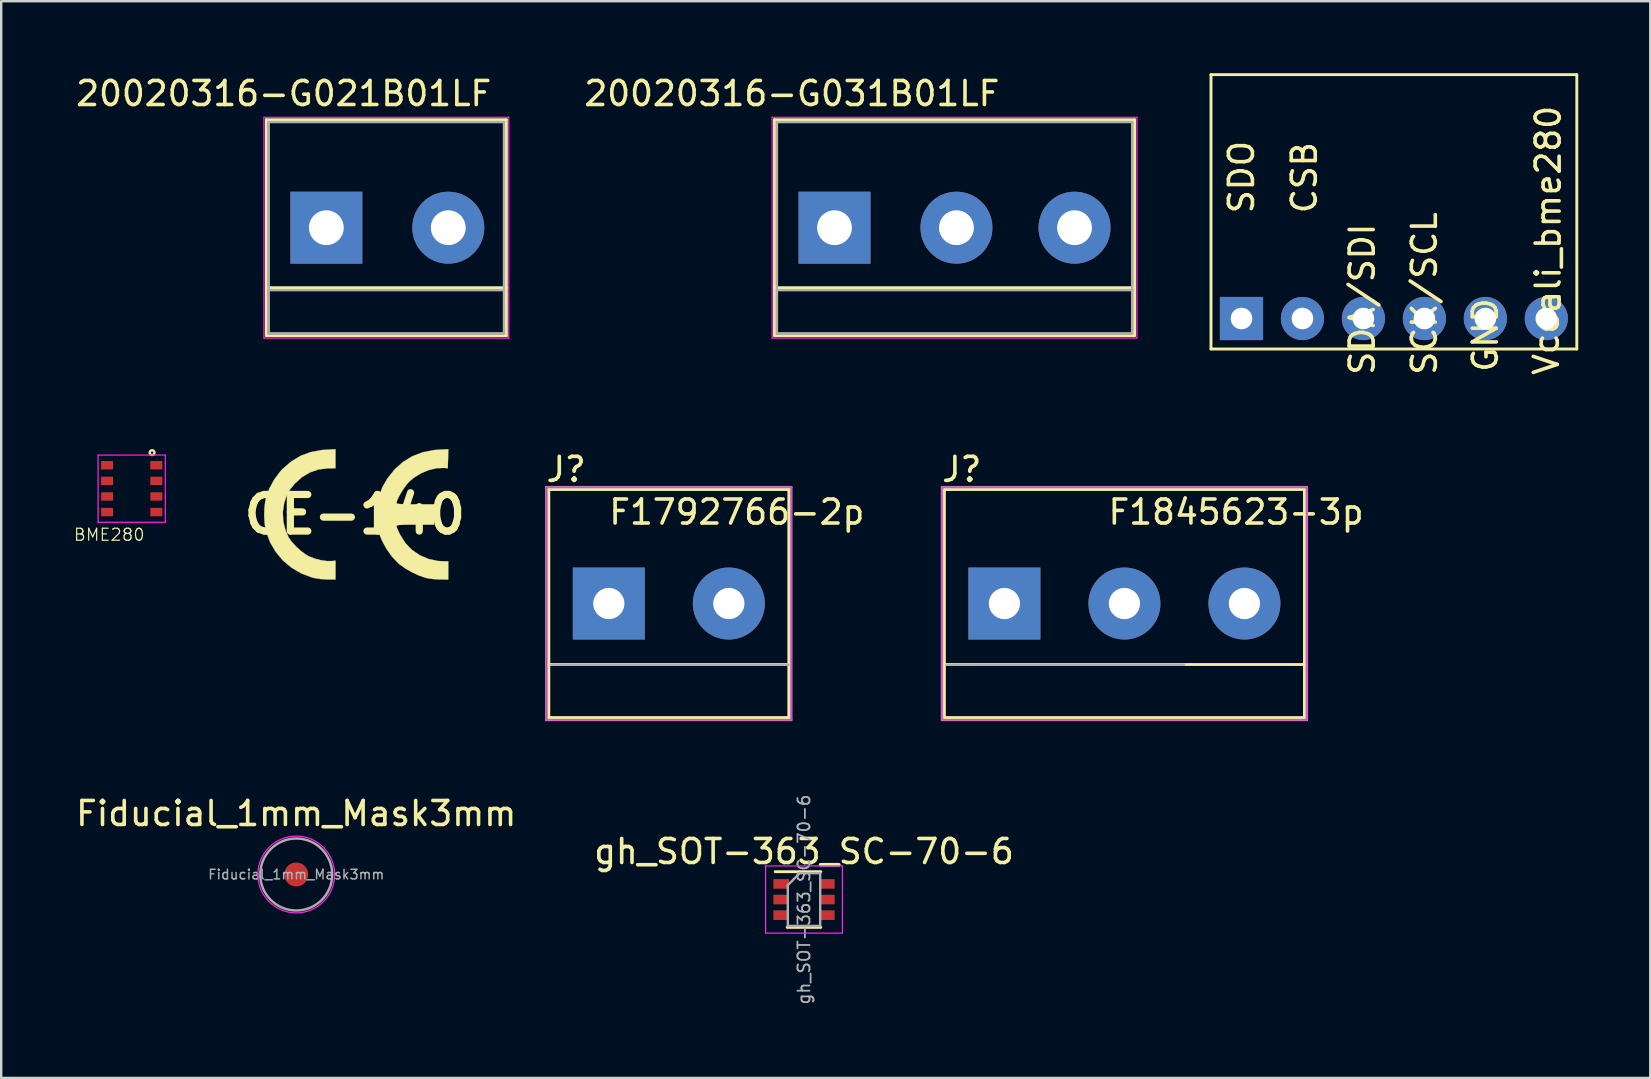
<source format=kicad_pcb>
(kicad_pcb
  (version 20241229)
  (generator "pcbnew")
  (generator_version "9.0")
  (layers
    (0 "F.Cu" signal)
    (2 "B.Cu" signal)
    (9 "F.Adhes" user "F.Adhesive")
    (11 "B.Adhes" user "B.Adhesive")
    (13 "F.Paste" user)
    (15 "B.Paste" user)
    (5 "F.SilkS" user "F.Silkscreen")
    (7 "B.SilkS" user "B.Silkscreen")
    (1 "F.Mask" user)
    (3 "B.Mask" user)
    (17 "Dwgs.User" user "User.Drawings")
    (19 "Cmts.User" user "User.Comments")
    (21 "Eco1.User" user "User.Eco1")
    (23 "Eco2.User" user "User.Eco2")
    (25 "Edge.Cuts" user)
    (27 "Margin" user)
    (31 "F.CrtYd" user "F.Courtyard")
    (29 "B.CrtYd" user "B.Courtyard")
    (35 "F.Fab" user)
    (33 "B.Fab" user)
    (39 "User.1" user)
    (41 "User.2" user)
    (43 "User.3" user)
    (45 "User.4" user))
  (footprint "Fiducial_1mm_Mask3mm"
    (layer "F.Cu")
    (at 9.292 33.383)
    (property "Reference" "Fiducial_1mm_Mask3mm" (at 0 -2.54 0) (layer "F.SilkS") (effects (font (size 1 1) (thickness 0.15))))
    (attr smd)
    (fp_circle (center 0 0) (end 1.6 0) (stroke (width 0.05) (type solid)) (fill no) (layer "F.CrtYd"))
    (fp_circle (center 0 0) (end 1.5 0) (stroke (width 0.1) (type solid)) (fill no) (layer "F.Fab"))
    (fp_text user "${REFERENCE}" (at 0 0 0) (layer "F.Fab") (effects (font (size 0.4 0.4) (thickness 0.06))))
    (pad "" smd circle (at 0 0) (size 1 1) (layers "F.Cu" "F.Mask")))
  (footprint "20020316-G021B01LF"
    (layer "F.Cu")
    (at 10.546 6.436)
    (property "Reference" "20020316-G021B01LF" (at -1.778 -5.588 0) (layer "F.SilkS") (effects (font (size 1 1) (thickness 0.15))))
    (attr through_hole)
    (fp_line (start -2.5 -4.5) (end -2.5 4.5) (stroke (width 0.12) (type solid)) (layer "F.SilkS"))
    (fp_line (start -2.5 4.5) (end 7.5 4.5) (stroke (width 0.12) (type solid)) (layer "F.SilkS"))
    (fp_line (start 7.5 -4.5) (end -2.5 -4.5) (stroke (width 0.12) (type solid)) (layer "F.SilkS"))
    (fp_line (start 7.5 2.5) (end -2.5 2.5) (stroke (width 0.12) (type solid)) (layer "F.SilkS"))
    (fp_line (start 7.5 4.5) (end 7.5 -4.5) (stroke (width 0.12) (type solid)) (layer "F.SilkS"))
    (fp_line (start -2.6 -4.6) (end -2.6 4.6) (stroke (width 0.05) (type solid)) (layer "F.CrtYd"))
    (fp_line (start -2.6 -4.6) (end 7.6 -4.6) (stroke (width 0.05) (type solid)) (layer "F.CrtYd"))
    (fp_line (start 7.6 4.6) (end -2.6 4.6) (stroke (width 0.05) (type solid)) (layer "F.CrtYd"))
    (fp_line (start 7.6 4.6) (end 7.6 -4.6) (stroke (width 0.05) (type solid)) (layer "F.CrtYd"))
    (fp_line (start -2.4 -4.4) (end -2.4 4.4) (stroke (width 0.1) (type solid)) (layer "F.Fab"))
    (fp_line (start -2.4 2.6) (end 7.4 2.6) (stroke (width 0.1) (type solid)) (layer "F.Fab"))
    (fp_line (start -2.4 4.4) (end 7.4 4.4) (stroke (width 0.1) (type solid)) (layer "F.Fab"))
    (fp_line (start 7.4 -4.4) (end -2.4 -4.4) (stroke (width 0.1) (type solid)) (layer "F.Fab"))
    (fp_line (start 7.4 4.4) (end 7.4 -4.4) (stroke (width 0.1) (type solid)) (layer "F.Fab"))
    (pad "1" thru_hole rect (at 0 0) (size 3 3) (drill 1.45) (layers "*.Cu" "*.Mask"))
    (pad "2" thru_hole circle (at 5.08 0) (size 3 3) (drill 1.45) (layers "*.Cu" "*.Mask")))
  (footprint "BME280"
    (layer "F.Cu")
    (at 2.437 17.308)
    (property "Reference" "BME280" (at -0.936 1.92 0) (layer "F.SilkS") (effects (font (size 0.5 0.5) (thickness 0.05))))
    (attr smd)
    (fp_circle (center 0.85 -1.5) (end 0.85 -1.6) (stroke (width 0.1) (type solid)) (fill no) (layer "F.SilkS"))
    (fp_line (start -1.4 -1.4) (end -1.4 1.4) (stroke (width 0.05) (type solid)) (layer "F.CrtYd"))
    (fp_line (start -1.4 1.4) (end 1.4 1.4) (stroke (width 0.05) (type solid)) (layer "F.CrtYd"))
    (fp_line (start 1.4 -1.4) (end -1.4 -1.4) (stroke (width 0.05) (type solid)) (layer "F.CrtYd"))
    (fp_line (start 1.4 1.4) (end 1.4 -1.4) (stroke (width 0.05) (type solid)) (layer "F.CrtYd"))
    (pad "1" smd rect (at 1.025 -0.975) (size 0.5 0.35) (layers "F.Cu" "F.Mask" "F.Paste"))
    (pad "2" smd rect (at 1.025 -0.325) (size 0.5 0.35) (layers "F.Cu" "F.Mask" "F.Paste"))
    (pad "3" smd rect (at 1.025 0.325) (size 0.5 0.35) (layers "F.Cu" "F.Mask" "F.Paste"))
    (pad "4" smd rect (at 1.025 0.975) (size 0.5 0.35) (layers "F.Cu" "F.Mask" "F.Paste"))
    (pad "5" smd rect (at -1.025 0.975) (size 0.5 0.35) (layers "F.Cu" "F.Mask" "F.Paste"))
    (pad "6" smd rect (at -1.025 0.325) (size 0.5 0.35) (layers "F.Cu" "F.Mask" "F.Paste"))
    (pad "7" smd rect (at -1.025 -0.325) (size 0.5 0.35) (layers "F.Cu" "F.Mask" "F.Paste"))
    (pad "8" smd rect (at -1.025 -0.975) (size 0.5 0.35) (layers "F.Cu" "F.Mask" "F.Paste")))
  (footprint "20020316-G031B01LF"
    (layer "F.Cu")
    (at 31.717 6.436)
    (property "Reference" "20020316-G031B01LF" (at -1.778 -5.588 0) (layer "F.SilkS") (effects (font (size 1 1) (thickness 0.15))))
    (attr through_hole)
    (fp_line (start -2.5 -4.5) (end -2.5 4.5) (stroke (width 0.12) (type solid)) (layer "F.SilkS"))
    (fp_line (start -2.5 4.5) (end 12.5 4.5) (stroke (width 0.12) (type solid)) (layer "F.SilkS"))
    (fp_line (start 12.5 -4.5) (end -2.5 -4.5) (stroke (width 0.12) (type solid)) (layer "F.SilkS"))
    (fp_line (start 12.5 2.5) (end -2.5 2.5) (stroke (width 0.12) (type solid)) (layer "F.SilkS"))
    (fp_line (start 12.5 4.5) (end 12.5 -4.5) (stroke (width 0.12) (type solid)) (layer "F.SilkS"))
    (fp_line (start -2.6 -4.6) (end -2.6 4.6) (stroke (width 0.05) (type solid)) (layer "F.CrtYd"))
    (fp_line (start -2.6 -4.6) (end 12.6 -4.6) (stroke (width 0.05) (type solid)) (layer "F.CrtYd"))
    (fp_line (start 12.6 4.6) (end -2.6 4.6) (stroke (width 0.05) (type solid)) (layer "F.CrtYd"))
    (fp_line (start 12.6 4.6) (end 12.6 -4.6) (stroke (width 0.05) (type solid)) (layer "F.CrtYd"))
    (fp_line (start -2.4 -4.4) (end -2.4 4.4) (stroke (width 0.1) (type solid)) (layer "F.Fab"))
    (fp_line (start -2.4 2.6) (end 12.4 2.6) (stroke (width 0.1) (type solid)) (layer "F.Fab"))
    (fp_line (start -2.4 4.4) (end 12.4 4.4) (stroke (width 0.1) (type solid)) (layer "F.Fab"))
    (fp_line (start 12.4 -4.4) (end -2.4 -4.4) (stroke (width 0.1) (type solid)) (layer "F.Fab"))
    (fp_line (start 12.4 4.4) (end 12.4 -4.4) (stroke (width 0.1) (type solid)) (layer "F.Fab"))
    (pad "1" thru_hole rect (at 0 0) (size 3 3) (drill 1.45) (layers "*.Cu" "*.Mask"))
    (pad "2" thru_hole circle (at 5.08 0) (size 3 3) (drill 1.45) (layers "*.Cu" "*.Mask"))
    (pad "3" thru_hole circle (at 10 0) (size 3 3) (drill 1.45) (layers "*.Cu" "*.Mask")))
  (footprint "F1792766-2p"
    (layer "F.Cu")
    (at 22.314 22.094)
    (property "Reference" "F1792766-2p" (at 5.334 -3.81 0) (layer "F.SilkS") (effects (font (size 1 1) (thickness 0.15))))
    (attr through_hole)
    (fp_line (start -2.5 -4.75) (end -2.5 4.75) (stroke (width 0.12) (type solid)) (layer "F.SilkS"))
    (fp_line (start -2.5 4.75) (end 7.5 4.75) (stroke (width 0.12) (type solid)) (layer "F.SilkS"))
    (fp_line (start 7.5 -4.75) (end -2.5 -4.75) (stroke (width 0.12) (type solid)) (layer "F.SilkS"))
    (fp_line (start 7.5 2.54) (end -2.5 2.54) (stroke (width 0.12) (type solid)) (layer "F.SilkS"))
    (fp_line (start 7.5 4.75) (end 7.5 -4.75) (stroke (width 0.12) (type solid)) (layer "F.SilkS"))
    (fp_line (start -2.6 -4.85) (end -2.6 4.85) (stroke (width 0.05) (type solid)) (layer "F.CrtYd"))
    (fp_line (start -2.6 -4.85) (end 7.6 -4.85) (stroke (width 0.05) (type solid)) (layer "F.CrtYd"))
    (fp_line (start 7.6 4.85) (end -2.6 4.85) (stroke (width 0.05) (type solid)) (layer "F.CrtYd"))
    (fp_line (start 7.6 4.85) (end 7.6 -4.85) (stroke (width 0.05) (type solid)) (layer "F.CrtYd"))
    (fp_line (start -2.6 -4.85) (end -2.6 4.85) (stroke (width 0.1) (type solid)) (layer "F.Fab"))
    (fp_line (start -2.6 4.85) (end 7.6 4.85) (stroke (width 0.1) (type solid)) (layer "F.Fab"))
    (fp_line (start -2.41 2.55) (end 7.49 2.55) (stroke (width 0.1) (type solid)) (layer "F.Fab"))
    (fp_line (start 7.6 -4.85) (end -2.6 -4.85) (stroke (width 0.1) (type solid)) (layer "F.Fab"))
    (fp_line (start 7.6 4.85) (end 7.6 -4.85) (stroke (width 0.1) (type solid)) (layer "F.Fab"))
    (fp_text user "J?" (at -1.778 -5.588 0) (layer "F.SilkS") (effects (font (size 1 1) (thickness 0.15))))
    (pad "1" thru_hole rect (at 0 0) (size 3 3) (drill 1.3) (layers "*.Cu" "*.Mask"))
    (pad "2" thru_hole circle (at 5 0) (size 3 3) (drill 1.3) (layers "*.Cu" "*.Mask")))
  (footprint "F1845623-3p"
    (layer "F.Cu")
    (at 38.795 22.094)
    (property "Reference" "F1845623-3p" (at 9.652 -3.81 0) (layer "F.SilkS") (effects (font (size 1 1) (thickness 0.15))))
    (attr through_hole)
    (fp_line (start -2.5 -4.75) (end -2.5 4.75) (stroke (width 0.12) (type solid)) (layer "F.SilkS"))
    (fp_line (start -2.5 4.75) (end 12.5 4.75) (stroke (width 0.12) (type solid)) (layer "F.SilkS"))
    (fp_line (start 12.5 -4.75) (end -2.5 -4.75) (stroke (width 0.12) (type solid)) (layer "F.SilkS"))
    (fp_line (start 12.5 2.54) (end -2.5 2.54) (stroke (width 0.12) (type solid)) (layer "F.SilkS"))
    (fp_line (start 12.5 4.75) (end 12.5 -4.75) (stroke (width 0.12) (type solid)) (layer "F.SilkS"))
    (fp_line (start -2.6 -4.85) (end -2.6 4.85) (stroke (width 0.05) (type solid)) (layer "F.CrtYd"))
    (fp_line (start -2.6 -4.85) (end 12.6 -4.85) (stroke (width 0.05) (type solid)) (layer "F.CrtYd"))
    (fp_line (start 12.6 4.85) (end -2.6 4.85) (stroke (width 0.05) (type solid)) (layer "F.CrtYd"))
    (fp_line (start 12.6 4.85) (end 12.6 -4.85) (stroke (width 0.05) (type solid)) (layer "F.CrtYd"))
    (fp_line (start -2.6 -4.85) (end -2.6 4.85) (stroke (width 0.1) (type solid)) (layer "F.Fab"))
    (fp_line (start -2.6 4.85) (end 12.6 4.85) (stroke (width 0.1) (type solid)) (layer "F.Fab"))
    (fp_line (start -2.41 2.55) (end 7.49 2.55) (stroke (width 0.1) (type solid)) (layer "F.Fab"))
    (fp_line (start 12.6 -4.85) (end -2.6 -4.85) (stroke (width 0.1) (type solid)) (layer "F.Fab"))
    (fp_line (start 12.6 4.85) (end 12.6 -4.85) (stroke (width 0.1) (type solid)) (layer "F.Fab"))
    (fp_text user "J?" (at -1.778 -5.588 0) (layer "F.SilkS") (effects (font (size 1 1) (thickness 0.15))))
    (pad "1" thru_hole rect (at 0 0) (size 3 3) (drill 1.3) (layers "*.Cu" "*.Mask"))
    (pad "2" thru_hole circle (at 5 0) (size 3 3) (drill 1.3) (layers "*.Cu" "*.Mask"))
    (pad "3" thru_hole circle (at 10 0) (size 3 3) (drill 1.3) (layers "*.Cu" "*.Mask")))
  (footprint "CE-140"
    (layer "F.Cu")
    (at 11.732 18.385)
    (property "Reference" "CE-140" (at 0 0 0) (layer "F.SilkS") (effects (font (size 1.524 1.524) (thickness 0.3))))
    (attr through_hole)
    (fp_poly (pts (xy -0.805 -2.323) (xy -0.805 -1.926) (xy -1.112 -1.923) (xy -1.505 -1.878) (xy -1.872 -1.752) (xy -2.212 -1.548) (xy -2.504 -1.282) (xy -2.706 -1.032) (xy -2.847 -0.767) (xy -2.942 -0.479) (xy -3 -0.097) (xy -2.979 0.295) (xy -2.882 0.676) (xy -2.763 0.942) (xy -2.636 1.126) (xy -2.457 1.323) (xy -2.25 1.512) (xy -2.04 1.667) (xy -1.898 1.748) (xy -1.662 1.839) (xy -1.402 1.905) (xy -1.153 1.94) (xy -0.977 1.94) (xy -0.804 1.924) (xy -0.804 2.709) (xy -1.154 2.706) (xy -1.429 2.689) (xy -1.696 2.645) (xy -1.792 2.621) (xy -2.24 2.451) (xy -2.645 2.212) (xy -3 1.911) (xy -3.298 1.555) (xy -3.533 1.151) (xy -3.697 0.706) (xy -3.705 0.674) (xy -3.753 0.405) (xy -3.774 0.092) (xy -3.768 -0.232) (xy -3.735 -0.532) (xy -3.705 -0.677) (xy -3.565 -1.072) (xy -3.36 -1.454) (xy -3.106 -1.795) (xy -3.008 -1.9) (xy -2.647 -2.211) (xy -2.262 -2.444) (xy -1.843 -2.6) (xy -1.384 -2.685) (xy -1.217 -2.698) (xy -0.804 -2.721) (xy -0.805 -2.323)) (stroke (width 0.01) (type solid)) (fill yes) (layer "F.SilkS"))
    (fp_poly (pts (xy 3.886 -2.324) (xy 3.873 -1.926) (xy 3.72 -1.94) (xy 3.415 -1.929) (xy 3.09 -1.854) (xy 2.769 -1.722) (xy 2.473 -1.542) (xy 2.261 -1.363) (xy 2.149 -1.234) (xy 2.031 -1.07) (xy 1.919 -0.891) (xy 1.824 -0.718) (xy 1.759 -0.571) (xy 1.736 -0.472) (xy 1.765 -0.453) (xy 1.856 -0.439) (xy 2.014 -0.43) (xy 2.246 -0.425) (xy 2.519 -0.423) (xy 3.302 -0.423) (xy 3.302 0.423) (xy 2.519 0.423) (xy 2.235 0.424) (xy 2.026 0.428) (xy 1.881 0.435) (xy 1.791 0.447) (xy 1.746 0.463) (xy 1.736 0.481) (xy 1.754 0.544) (xy 1.802 0.66) (xy 1.87 0.807) (xy 1.889 0.845) (xy 2.105 1.186) (xy 2.38 1.472) (xy 2.705 1.696) (xy 3.068 1.852) (xy 3.462 1.935) (xy 3.685 1.947) (xy 3.895 1.947) (xy 3.895 2.709) (xy 3.545 2.707) (xy 3.343 2.697) (xy 3.139 2.675) (xy 2.974 2.645) (xy 2.963 2.643) (xy 2.69 2.55) (xy 2.396 2.415) (xy 2.113 2.254) (xy 1.872 2.084) (xy 1.812 2.033) (xy 1.546 1.752) (xy 1.308 1.416) (xy 1.118 1.057) (xy 1.032 0.835) (xy 0.979 0.659) (xy 0.945 0.503) (xy 0.926 0.338) (xy 0.919 0.134) (xy 0.918 0) (xy 0.941 -0.42) (xy 1.016 -0.791) (xy 1.148 -1.137) (xy 1.346 -1.482) (xy 1.358 -1.5) (xy 1.66 -1.881) (xy 2.009 -2.192) (xy 2.4 -2.43) (xy 2.833 -2.595) (xy 3.305 -2.685) (xy 3.462 -2.698) (xy 3.898 -2.722) (xy 3.886 -2.324)) (stroke (width 0.01) (type solid)) (fill yes) (layer "F.SilkS")))
  (footprint "gh_SOT-363_SC-70-6"
    (layer "F.Cu")
    (at 30.446 34.426)
    (property "Reference" "gh_SOT-363_SC-70-6" (at 0 -2 0) (layer "F.SilkS") (effects (font (size 1 1) (thickness 0.15))))
    (attr smd)
    (fp_line (start -0.7 1.16) (end 0.7 1.16) (stroke (width 0.12) (type solid)) (layer "F.SilkS"))
    (fp_line (start 0.7 -1.16) (end -1.2 -1.16) (stroke (width 0.12) (type solid)) (layer "F.SilkS"))
    (fp_line (start -1.6 -1.4) (end -1.6 1.4) (stroke (width 0.05) (type solid)) (layer "F.CrtYd"))
    (fp_line (start -1.6 -1.4) (end 1.6 -1.4) (stroke (width 0.05) (type solid)) (layer "F.CrtYd"))
    (fp_line (start -1.6 1.4) (end 1.6 1.4) (stroke (width 0.05) (type solid)) (layer "F.CrtYd"))
    (fp_line (start 1.6 1.4) (end 1.6 -1.4) (stroke (width 0.05) (type solid)) (layer "F.CrtYd"))
    (fp_line (start -0.675 -0.6) (end -0.675 1.1) (stroke (width 0.1) (type solid)) (layer "F.Fab"))
    (fp_line (start -0.175 -1.1) (end -0.675 -0.6) (stroke (width 0.1) (type solid)) (layer "F.Fab"))
    (fp_line (start 0.675 -1.1) (end -0.175 -1.1) (stroke (width 0.1) (type solid)) (layer "F.Fab"))
    (fp_line (start 0.675 -1.1) (end 0.675 1.1) (stroke (width 0.1) (type solid)) (layer "F.Fab"))
    (fp_line (start 0.675 1.1) (end -0.675 1.1) (stroke (width 0.1) (type solid)) (layer "F.Fab"))
    (fp_text user "${REFERENCE}" (at 0 0 90) (layer "F.Fab") (effects (font (size 0.5 0.5) (thickness 0.075))))
    (pad "1" smd rect (at -0.95 -0.65) (size 0.65 0.4) (layers "F.Cu" "F.Mask" "F.Paste"))
    (pad "2" smd rect (at -0.95 0) (size 0.65 0.4) (layers "F.Cu" "F.Mask" "F.Paste"))
    (pad "3" smd rect (at -0.95 0.65) (size 0.65 0.4) (layers "F.Cu" "F.Mask" "F.Paste"))
    (pad "4" smd rect (at 0.95 0.65) (size 0.65 0.4) (layers "F.Cu" "F.Mask" "F.Paste"))
    (pad "5" smd rect (at 0.95 0) (size 0.65 0.4) (layers "F.Cu" "F.Mask" "F.Paste"))
    (pad "6" smd rect (at 0.95 -0.65) (size 0.65 0.4) (layers "F.Cu" "F.Mask" "F.Paste")))
  (footprint "ali_bme280"
    (layer "F.Cu")
    (at 48.672 10.22)
    (property "Reference" "ali_bme280" (at 12.778 -4.547 90) (layer "F.SilkS") (effects (font (size 1 1) (thickness 0.15))))
    (attr through_hole)
    (fp_line (start -1.27 -10.16) (end 13.97 -10.16) (stroke (width 0.12) (type solid)) (layer "F.SilkS"))
    (fp_line (start -1.27 1.27) (end -1.27 -10.16) (stroke (width 0.12) (type solid)) (layer "F.SilkS"))
    (fp_line (start 13.97 -10.16) (end 13.97 1.27) (stroke (width 0.12) (type solid)) (layer "F.SilkS"))
    (fp_line (start 13.97 1.27) (end -1.27 1.27) (stroke (width 0.12) (type solid)) (layer "F.SilkS"))
    (fp_text user "Vcc" (at 12.7 2.438 90) (layer "F.SilkS") (effects (font (size 1 1) (thickness 0.15)) (justify left)))
    (fp_text user "SCK/SCL" (at 7.62 2.438 90) (layer "F.SilkS") (effects (font (size 1 1) (thickness 0.15)) (justify left)))
    (fp_text user "SDA/SDI" (at 5.031 2.438 90) (layer "F.SilkS") (effects (font (size 1 1) (thickness 0.15)) (justify left)))
    (fp_text user "SDO" (at 0 -4.293 90) (layer "F.SilkS") (effects (font (size 1 1) (thickness 0.15)) (justify left)))
    (fp_text user "GND" (at 10.16 2.311 90) (layer "F.SilkS") (effects (font (size 1 1) (thickness 0.15)) (justify left)))
    (fp_text user "CSB" (at 2.618 -4.293 90) (layer "F.SilkS") (effects (font (size 1 1) (thickness 0.15)) (justify left)))
    (pad "1" thru_hole rect (at 0 0) (size 1.8 1.8) (drill 0.9) (layers "*.Cu" "*.Mask"))
    (pad "2" thru_hole circle (at 2.54 0) (size 1.8 1.8) (drill 0.9) (layers "*.Cu" "*.Mask"))
    (pad "3" thru_hole circle (at 5.08 0) (size 1.8 1.8) (drill 0.9) (layers "*.Cu" "*.Mask"))
    (pad "4" thru_hole circle (at 7.62 0) (size 1.8 1.8) (drill 0.9) (layers "*.Cu" "*.Mask"))
    (pad "5" thru_hole circle (at 10.16 0) (size 1.8 1.8) (drill 0.9) (layers "*.Cu" "*.Mask"))
    (pad "6" thru_hole circle (at 12.7 0) (size 1.8 1.8) (drill 0.9) (layers "*.Cu" "*.Mask")))
  (gr_rect
    (start -3 -3)
    (end 65.702 41.857)
    (stroke (width 0.1) (type default))
    (fill no)
    (layer "Edge.Cuts")))
</source>
